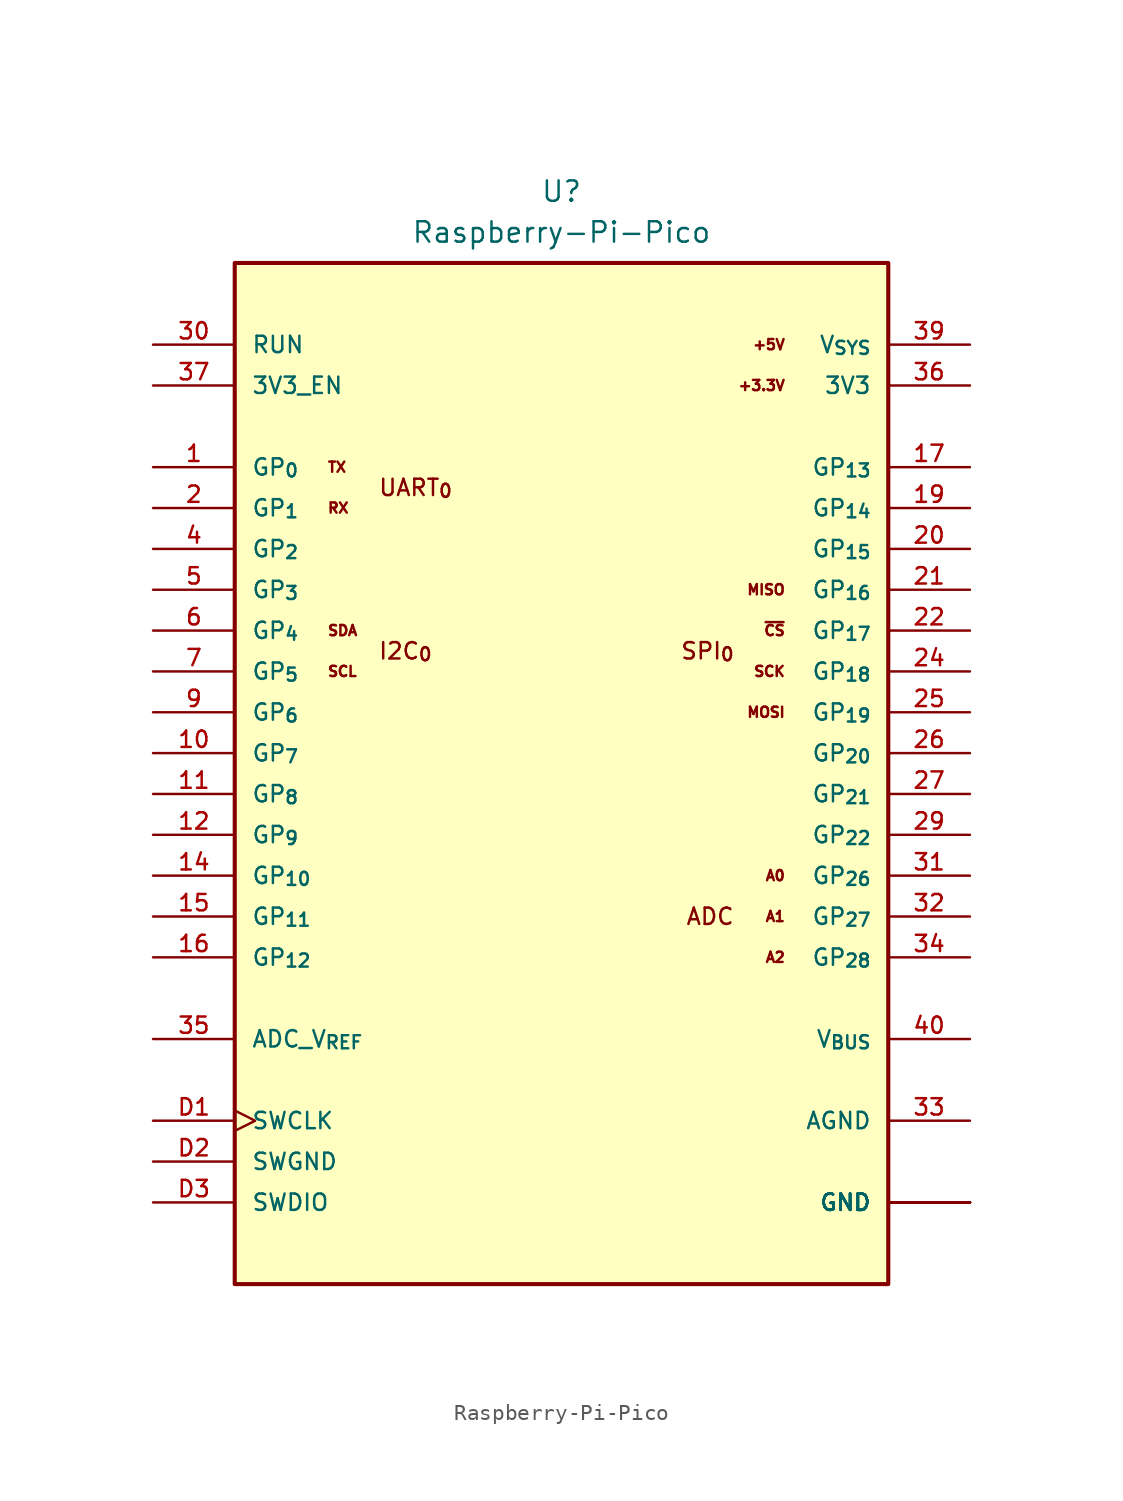
<source format=kicad_sym>
(kicad_symbol_lib
  (version 20220914)
  (generator kicad_symbol_editor)
  (symbol "Raspberry-Pi-Pico"
    (pin_names
      (offset 1.016))
    (property "Reference" "U"
      (at 0 36.195 0)
      (effects (font (size 1.27 1.27))))
    (property "Value" "Raspberry-Pi-Pico"
      (at 0 33.655 0)
      (effects (font (size 1.27 1.27))))
    (symbol "Raspberry-Pi-Pico_0_0"
      (rectangle (start -20.32 31.75) (end 20.32 -31.75) (stroke (width 0.254) (type default)) (fill (type background))))
    (symbol "Raspberry-Pi-Pico_1_0"
      (pin bidirectional line (at -25.4 19.05 0) (length 5.08) (name "GP_{0}" (effects (font (size 1.016 1.016)))) (number "1" (effects (font (size 1.016 1.016)))))
      (pin bidirectional line (at -25.4 1.27 0) (length 5.08) (name "GP_{7}" (effects (font (size 1.016 1.016)))) (number "10" (effects (font (size 1.016 1.016)))))
      (pin bidirectional line (at -25.4 -1.27 0) (length 5.08) (name "GP_{8}" (effects (font (size 1.016 1.016)))) (number "11" (effects (font (size 1.016 1.016)))))
      (pin bidirectional line (at -25.4 -3.81 0) (length 5.08) (name "GP_{9}" (effects (font (size 1.016 1.016)))) (number "12" (effects (font (size 1.016 1.016)))))
      (pin power_out line (at 25.4 -26.67 180) (length 5.08) (name "GND" (effects (font (size 1.016 1.016)))) (number "13" (effects (font (size 0 0)))))
      (pin bidirectional line (at -25.4 -6.35 0) (length 5.08) (name "GP_{10}" (effects (font (size 1.016 1.016)))) (number "14" (effects (font (size 1.016 1.016)))))
      (pin bidirectional line (at -25.4 -8.89 0) (length 5.08) (name "GP_{11}" (effects (font (size 1.016 1.016)))) (number "15" (effects (font (size 1.016 1.016)))))
      (pin bidirectional line (at -25.4 -11.43 0) (length 5.08) (name "GP_{12}" (effects (font (size 1.016 1.016)))) (number "16" (effects (font (size 1.016 1.016)))))
      (pin bidirectional line (at 25.4 19.05 180) (length 5.08) (name "GP_{13}" (effects (font (size 1.016 1.016)))) (number "17" (effects (font (size 1.016 1.016)))))
      (pin power_out line (at 25.4 -26.67 180) (length 5.08) (name "GND" (effects (font (size 1.016 1.016)))) (number "18" (effects (font (size 0 0)))))
      (pin bidirectional line (at 25.4 16.51 180) (length 5.08) (name "GP_{14}" (effects (font (size 1.016 1.016)))) (number "19" (effects (font (size 1.016 1.016)))))
      (pin bidirectional line (at -25.4 16.51 0) (length 5.08) (name "GP_{1}" (effects (font (size 1.016 1.016)))) (number "2" (effects (font (size 1.016 1.016)))))
      (pin bidirectional line (at 25.4 13.97 180) (length 5.08) (name "GP_{15}" (effects (font (size 1.016 1.016)))) (number "20" (effects (font (size 1.016 1.016)))))
      (pin bidirectional line (at 25.4 11.43 180) (length 5.08) (name "GP_{16}" (effects (font (size 1.016 1.016)))) (number "21" (effects (font (size 1.016 1.016)))))
      (pin bidirectional line (at 25.4 8.89 180) (length 5.08) (name "GP_{17}" (effects (font (size 1.016 1.016)))) (number "22" (effects (font (size 1.016 1.016)))))
      (pin power_out line (at 25.4 -26.67 180) (length 5.08) (name "GND" (effects (font (size 1.016 1.016)))) (number "23" (effects (font (size 0 0)))))
      (pin bidirectional line (at 25.4 6.35 180) (length 5.08) (name "GP_{18}" (effects (font (size 1.016 1.016)))) (number "24" (effects (font (size 1.016 1.016)))))
      (pin bidirectional line (at 25.4 3.81 180) (length 5.08) (name "GP_{19}" (effects (font (size 1.016 1.016)))) (number "25" (effects (font (size 1.016 1.016)))))
      (pin bidirectional line (at 25.4 1.27 180) (length 5.08) (name "GP_{20}" (effects (font (size 1.016 1.016)))) (number "26" (effects (font (size 1.016 1.016)))))
      (pin bidirectional line (at 25.4 -1.27 180) (length 5.08) (name "GP_{21}" (effects (font (size 1.016 1.016)))) (number "27" (effects (font (size 1.016 1.016)))))
      (pin power_out line (at 25.4 -26.67 180) (length 5.08) (name "GND" (effects (font (size 1.016 1.016)))) (number "28" (effects (font (size 0 0)))))
      (pin bidirectional line (at 25.4 -3.81 180) (length 5.08) (name "GP_{22}" (effects (font (size 1.016 1.016)))) (number "29" (effects (font (size 1.016 1.016)))))
      (pin power_out line (at 25.4 -26.67 180) (length 5.08) (name "GND" (effects (font (size 1.016 1.016)))) (number "3" (effects (font (size 0 0)))))
      (pin input line (at -25.4 26.67 0) (length 5.08) (name "RUN" (effects (font (size 1.016 1.016)))) (number "30" (effects (font (size 1.016 1.016)))))
      (pin input line (at 25.4 -6.35 180) (length 5.08) (name "GP_{26}" (effects (font (size 1.016 1.016)))) (number "31" (effects (font (size 1.016 1.016)))))
      (pin input line (at 25.4 -8.89 180) (length 5.08) (name "GP_{27}" (effects (font (size 1.016 1.016)))) (number "32" (effects (font (size 1.016 1.016)))))
      (pin power_out line (at 25.4 -21.59 180) (length 5.08) (name "AGND" (effects (font (size 1.016 1.016)))) (number "33" (effects (font (size 1.016 1.016)))))
      (pin input line (at 25.4 -11.43 180) (length 5.08) (name "GP_{28}" (effects (font (size 1.016 1.016)))) (number "34" (effects (font (size 1.016 1.016)))))
      (pin input line (at -25.4 -16.51 0) (length 5.08) (name "ADC_V_{REF}" (effects (font (size 1.016 1.016)))) (number "35" (effects (font (size 1.016 1.016)))))
      (pin power_out line (at 25.4 24.13 180) (length 5.08) (name "3V3" (effects (font (size 1.016 1.016)))) (number "36" (effects (font (size 1.016 1.016)))))
      (pin input line (at -25.4 24.13 0) (length 5.08) (name "3V3_EN" (effects (font (size 1.016 1.016)))) (number "37" (effects (font (size 1.016 1.016)))))
      (pin power_out line (at 25.4 -26.67 180) (length 5.08) (name "GND" (effects (font (size 1.016 1.016)))) (number "38" (effects (font (size 0 0)))))
      (pin power_out line (at 25.4 26.67 180) (length 5.08) (name "V_{SYS}" (effects (font (size 1.016 1.016)))) (number "39" (effects (font (size 1.016 1.016)))))
      (pin bidirectional line (at -25.4 13.97 0) (length 5.08) (name "GP_{2}" (effects (font (size 1.016 1.016)))) (number "4" (effects (font (size 1.016 1.016)))))
      (pin power_out line (at 25.4 -16.51 180) (length 5.08) (name "V_{BUS}" (effects (font (size 1.016 1.016)))) (number "40" (effects (font (size 1.016 1.016)))))
      (pin bidirectional line (at -25.4 11.43 0) (length 5.08) (name "GP_{3}" (effects (font (size 1.016 1.016)))) (number "5" (effects (font (size 1.016 1.016)))))
      (pin bidirectional line (at -25.4 8.89 0) (length 5.08) (name "GP_{4}" (effects (font (size 1.016 1.016)))) (number "6" (effects (font (size 1.016 1.016)))))
      (pin bidirectional line (at -25.4 6.35 0) (length 5.08) (name "GP_{5}" (effects (font (size 1.016 1.016)))) (number "7" (effects (font (size 1.016 1.016)))))
      (pin power_out line (at 25.4 -26.67 180) (length 5.08) (name "GND" (effects (font (size 1.016 1.016)))) (number "8" (effects (font (size 0 0)))))
      (pin bidirectional line (at -25.4 3.81 0) (length 5.08) (name "GP_{6}" (effects (font (size 1.016 1.016)))) (number "9" (effects (font (size 1.016 1.016)))))
      (pin input clock (at -25.4 -21.59 0) (length 5.08) (name "SWCLK" (effects (font (size 1.016 1.016)))) (number "D1" (effects (font (size 1.016 1.016)))))
      (pin power_in line (at -25.4 -24.13 0) (length 5.08) (name "SWGND" (effects (font (size 1.016 1.016)))) (number "D2" (effects (font (size 1.016 1.016)))))
      (pin bidirectional line (at -25.4 -26.67 0) (length 5.08) (name "SWDIO" (effects (font (size 1.016 1.016)))) (number "D3" (effects (font (size 1.016 1.016))))))
    (symbol "Raspberry-Pi-Pico_1_1"
      (text "+3.3V" (at 13.97 24.13 0) (effects (font (size 0.635 0.635)) (justify right)))
      (text "+5V" (at 13.97 26.67 0) (effects (font (size 0.635 0.635)) (justify right)))
      (text "A0" (at 13.97 -6.35 0) (effects (font (size 0.635 0.635)) (justify right)))
      (text "A1" (at 13.97 -8.89 0) (effects (font (size 0.635 0.635)) (justify right)))
      (text "A2" (at 13.97 -11.43 0) (effects (font (size 0.635 0.635)) (justify right)))
      (text "ADC" (at 10.795 -8.89 0) (effects (font (size 1.016 1.016)) (justify right)))
      (text "I2C_{0}" (at -11.43 7.62 0) (effects (font (size 1.016 1.016)) (justify left)))
      (text "MISO" (at 13.97 11.43 0) (effects (font (size 0.635 0.635)) (justify right)))
      (text "MOSI" (at 13.97 3.81 0) (effects (font (size 0.635 0.635)) (justify right)))
      (text "RX" (at -14.605 16.51 0) (effects (font (size 0.635 0.635)) (justify left)))
      (text "SCK" (at 13.97 6.35 0) (effects (font (size 0.635 0.635)) (justify right)))
      (text "SCL" (at -14.605 6.35 0) (effects (font (size 0.635 0.635)) (justify left)))
      (text "SDA" (at -14.605 8.89 0) (effects (font (size 0.635 0.635)) (justify left)))
      (text "SPI_{0}" (at 10.795 7.62 0) (effects (font (size 1.016 1.016)) (justify right)))
      (text "TX" (at -14.605 19.05 0) (effects (font (size 0.635 0.635)) (justify left)))
      (text "UART_{0}" (at -11.43 17.78 0) (effects (font (size 1.016 1.016)) (justify left)))
      (text "~{CS}" (at 13.97 8.89 0) (effects (font (size 0.635 0.635)) (justify right))))))
</source>
